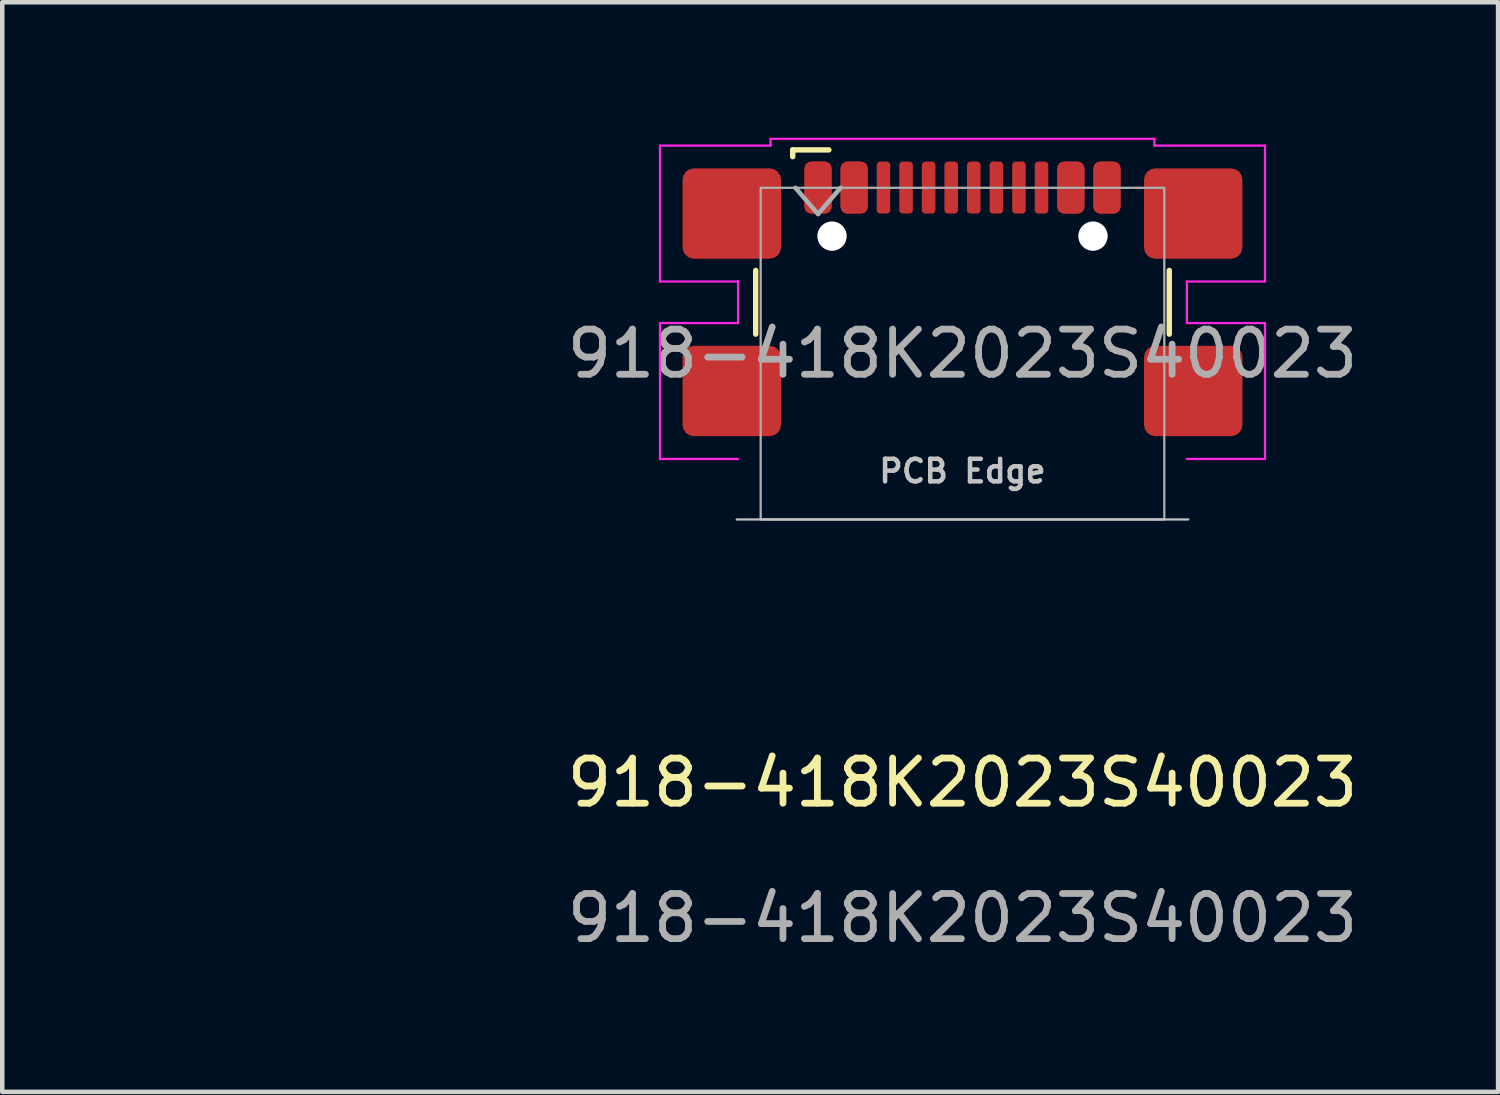
<source format=kicad_pcb>
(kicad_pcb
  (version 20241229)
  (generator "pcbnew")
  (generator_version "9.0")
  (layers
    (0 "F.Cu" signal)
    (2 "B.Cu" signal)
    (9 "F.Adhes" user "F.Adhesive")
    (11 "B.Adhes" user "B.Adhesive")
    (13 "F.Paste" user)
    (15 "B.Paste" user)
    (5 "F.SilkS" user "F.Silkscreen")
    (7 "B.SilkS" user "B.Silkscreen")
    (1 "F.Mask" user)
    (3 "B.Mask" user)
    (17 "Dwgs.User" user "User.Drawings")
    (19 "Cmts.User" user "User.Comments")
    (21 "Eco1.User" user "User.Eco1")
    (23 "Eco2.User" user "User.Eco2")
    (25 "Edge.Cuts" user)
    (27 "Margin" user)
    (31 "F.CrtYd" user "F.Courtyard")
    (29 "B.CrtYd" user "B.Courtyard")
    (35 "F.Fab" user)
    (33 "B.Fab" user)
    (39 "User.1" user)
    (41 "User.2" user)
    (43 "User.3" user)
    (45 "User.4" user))
  (footprint "918-418K2023S40023"
    (layer "F.Cu")
    (at 18.268 4.785)
    (property "Reference" "918-418K2023S40023" (at 0 9.5 0) (unlocked yes) (layer "F.SilkS") (effects (font (size 1 1) (thickness 0.15))))
    (attr smd)
    (fp_line (start -4.58 -0.435) (end -4.58 -1.845) (stroke (width 0.12) (type default)) (layer "F.SilkS"))
    (fp_line (start -3.76 -4.515) (end -3.76 -4.365) (stroke (width 0.12) (type default)) (layer "F.SilkS"))
    (fp_line (start -2.96 -4.515) (end -3.76 -4.515) (stroke (width 0.12) (type default)) (layer "F.SilkS"))
    (fp_line (start 4.58 -0.435) (end 4.58 -1.845) (stroke (width 0.12) (type default)) (layer "F.SilkS"))
    (fp_line (start -5 3.67) (end 5 3.67) (stroke (width 0.05) (type default)) (layer "Dwgs.User"))
    (fp_line (start -6.7 -4.61) (end -4.25 -4.61) (stroke (width 0.05) (type default)) (layer "F.CrtYd"))
    (fp_line (start -6.7 -1.6) (end -6.7 -4.61) (stroke (width 0.05) (type default)) (layer "F.CrtYd"))
    (fp_line (start -6.7 -0.68) (end -4.97 -0.68) (stroke (width 0.05) (type default)) (layer "F.CrtYd"))
    (fp_line (start -6.7 2.33) (end -6.7 -0.68) (stroke (width 0.05) (type default)) (layer "F.CrtYd"))
    (fp_line (start -4.97 -1.6) (end -6.7 -1.6) (stroke (width 0.05) (type default)) (layer "F.CrtYd"))
    (fp_line (start -4.97 -0.68) (end -4.97 -1.6) (stroke (width 0.05) (type default)) (layer "F.CrtYd"))
    (fp_line (start -4.97 2.33) (end -6.7 2.33) (stroke (width 0.05) (type default)) (layer "F.CrtYd"))
    (fp_line (start -4.25 -4.76) (end 4.25 -4.76) (stroke (width 0.05) (type default)) (layer "F.CrtYd"))
    (fp_line (start -4.25 -4.61) (end -4.25 -4.76) (stroke (width 0.05) (type default)) (layer "F.CrtYd"))
    (fp_line (start 4.25 -4.76) (end 4.25 -4.61) (stroke (width 0.05) (type default)) (layer "F.CrtYd"))
    (fp_line (start 4.25 -4.61) (end 6.7 -4.61) (stroke (width 0.05) (type default)) (layer "F.CrtYd"))
    (fp_line (start 4.97 -1.6) (end 4.97 -0.68) (stroke (width 0.05) (type default)) (layer "F.CrtYd"))
    (fp_line (start 4.97 -0.68) (end 6.7 -0.68) (stroke (width 0.05) (type default)) (layer "F.CrtYd"))
    (fp_line (start 6.7 -4.61) (end 6.7 -1.6) (stroke (width 0.05) (type default)) (layer "F.CrtYd"))
    (fp_line (start 6.7 -1.6) (end 4.97 -1.6) (stroke (width 0.05) (type default)) (layer "F.CrtYd"))
    (fp_line (start 6.7 -0.68) (end 6.7 2.33) (stroke (width 0.05) (type default)) (layer "F.CrtYd"))
    (fp_line (start 6.7 2.33) (end 4.97 2.33) (stroke (width 0.05) (type default)) (layer "F.CrtYd"))
    (fp_line (start -3.7 -3.675) (end -3.2 -3.095) (stroke (width 0.1) (type default)) (layer "F.Fab"))
    (fp_line (start -3.2 -3.095) (end -2.7 -3.675) (stroke (width 0.1) (type default)) (layer "F.Fab"))
    (fp_rect (start -4.47 -3.675) (end 4.47 3.67) (stroke (width 0.05) (type default)) (fill no) (layer "F.Fab"))
    (fp_text user "PCB Edge" (at 0 2.6 0) (unlocked yes) (layer "Dwgs.User") (effects (font (size 0.5 0.5) (thickness 0.1) (bold yes))))
    (fp_text user "${REFERENCE}" (at 0 12.5 0) (unlocked yes) (layer "F.Fab") (effects (font (size 1 1) (thickness 0.15))))
    (fp_text user "${REFERENCE}" (at 0 0 0) (unlocked yes) (layer "F.Fab") (effects (font (size 1 1) (thickness 0.15))))
    (dimension (type aligned) (layer "User.2") (pts (xy 15.378 2.18) (xy 15.378 8.455)) (height 10.12) (format (prefix "") (suffix "") (units 3) (units_format 1) (precision 4)) (style (thickness 0.01) (arrow_length 1.27) (text_position_mode 0) (arrow_direction outward) (extension_height 0.586) (extension_offset 0.5) (keep_text_aligned yes)) (gr_text "6.2750 mm" (at 4.248 5.317 90) (layer "User.2") (effects (font (size 1 1) (thickness 0.01)))))
    (dimension (type aligned) (layer "User.2") (pts (xy 12.068 0.68) (xy 12.068 2.68)) (height 2.75) (format (prefix "") (suffix "") (units 3) (units_format 1) (precision 4)) (style (thickness 0.01) (arrow_length 1.27) (text_position_mode 0) (arrow_direction outward) (extension_height 0.586) (extension_offset 0.5) (keep_text_aligned yes)) (gr_text "2.0000 mm" (at 8.308 1.68 90) (layer "User.2") (effects (font (size 1 1) (thickness 0.01)))))
    (pad "" np_thru_hole circle (at -2.89 -2.605) (size 0.65 0.65) (drill 0.65) (layers "*.Cu" "*.Mask"))
    (pad "" np_thru_hole circle (at 2.89 -2.605) (size 0.65 0.65) (drill 0.65) (layers "*.Cu" "*.Mask"))
    (pad "A1" smd roundrect (at -3.2 -3.68) (size 0.6 1.15) (layers "F.Cu" "F.Mask" "F.Paste") (roundrect_rratio 0.25))
    (pad "A4" smd roundrect (at -2.4 -3.68) (size 0.6 1.15) (layers "F.Cu" "F.Mask" "F.Paste") (roundrect_rratio 0.25))
    (pad "A5" smd roundrect (at -1.25 -3.68) (size 0.3 1.15) (layers "F.Cu" "F.Mask" "F.Paste") (roundrect_rratio 0.25))
    (pad "A6" smd roundrect (at -0.25 -3.68) (size 0.3 1.15) (layers "F.Cu" "F.Mask" "F.Paste") (roundrect_rratio 0.25))
    (pad "A7" smd roundrect (at 0.25 -3.68) (size 0.3 1.15) (layers "F.Cu" "F.Mask" "F.Paste") (roundrect_rratio 0.25))
    (pad "A8" smd roundrect (at 1.25 -3.68) (size 0.3 1.15) (layers "F.Cu" "F.Mask" "F.Paste") (roundrect_rratio 0.25))
    (pad "A9" smd roundrect (at 2.4 -3.68) (size 0.6 1.15) (layers "F.Cu" "F.Mask" "F.Paste") (roundrect_rratio 0.25))
    (pad "A12" smd roundrect (at 3.2 -3.68) (size 0.6 1.15) (layers "F.Cu" "F.Mask" "F.Paste") (roundrect_rratio 0.25))
    (pad "B1" smd roundrect (at 3.2 -3.68) (size 0.6 1.15) (layers "F.Cu" "F.Mask" "F.Paste") (roundrect_rratio 0.25))
    (pad "B4" smd roundrect (at 2.4 -3.68) (size 0.6 1.15) (layers "F.Cu" "F.Mask" "F.Paste") (roundrect_rratio 0.25))
    (pad "B5" smd roundrect (at 1.75 -3.68) (size 0.3 1.15) (layers "F.Cu" "F.Mask" "F.Paste") (roundrect_rratio 0.25))
    (pad "B6" smd roundrect (at 0.75 -3.68) (size 0.3 1.15) (layers "F.Cu" "F.Mask" "F.Paste") (roundrect_rratio 0.25))
    (pad "B7" smd roundrect (at -0.75 -3.68) (size 0.3 1.15) (layers "F.Cu" "F.Mask" "F.Paste") (roundrect_rratio 0.25))
    (pad "B8" smd roundrect (at -1.75 -3.68) (size 0.3 1.15) (layers "F.Cu" "F.Mask" "F.Paste") (roundrect_rratio 0.25))
    (pad "B9" smd roundrect (at -2.4 -3.68) (size 0.6 1.15) (layers "F.Cu" "F.Mask" "F.Paste") (roundrect_rratio 0.25))
    (pad "B12" smd roundrect (at -3.2 -3.68) (size 0.6 1.15) (layers "F.Cu" "F.Mask" "F.Paste") (roundrect_rratio 0.25))
    (pad "S1" smd roundrect (at -5.11 -3.105) (size 2.18 2) (layers "F.Cu" "F.Mask" "F.Paste") (roundrect_rratio 0.125))
    (pad "S1" smd roundrect (at -5.11 0.825) (size 2.18 2) (layers "F.Cu" "F.Mask" "F.Paste") (roundrect_rratio 0.125))
    (pad "S1" smd roundrect (at 5.11 -3.105) (size 2.18 2) (layers "F.Cu" "F.Mask" "F.Paste") (roundrect_rratio 0.125))
    (pad "S1" smd roundrect (at 5.11 0.825) (size 2.18 2) (layers "F.Cu" "F.Mask" "F.Paste") (roundrect_rratio 0.125)))
  (gr_rect
    (start -3 -3)
    (end 30.131 21.133)
    (stroke (width 0.1) (type default))
    (fill no)
    (layer "Edge.Cuts")))
</source>
